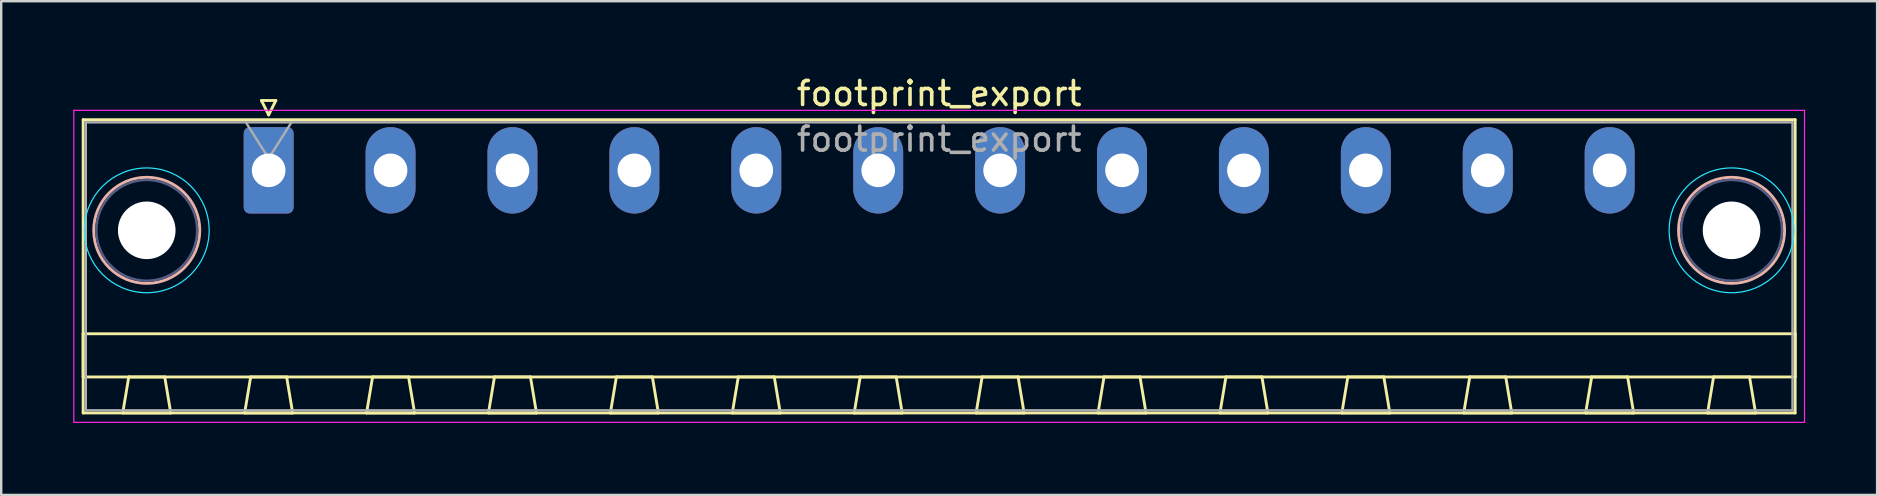
<source format=kicad_pcb>
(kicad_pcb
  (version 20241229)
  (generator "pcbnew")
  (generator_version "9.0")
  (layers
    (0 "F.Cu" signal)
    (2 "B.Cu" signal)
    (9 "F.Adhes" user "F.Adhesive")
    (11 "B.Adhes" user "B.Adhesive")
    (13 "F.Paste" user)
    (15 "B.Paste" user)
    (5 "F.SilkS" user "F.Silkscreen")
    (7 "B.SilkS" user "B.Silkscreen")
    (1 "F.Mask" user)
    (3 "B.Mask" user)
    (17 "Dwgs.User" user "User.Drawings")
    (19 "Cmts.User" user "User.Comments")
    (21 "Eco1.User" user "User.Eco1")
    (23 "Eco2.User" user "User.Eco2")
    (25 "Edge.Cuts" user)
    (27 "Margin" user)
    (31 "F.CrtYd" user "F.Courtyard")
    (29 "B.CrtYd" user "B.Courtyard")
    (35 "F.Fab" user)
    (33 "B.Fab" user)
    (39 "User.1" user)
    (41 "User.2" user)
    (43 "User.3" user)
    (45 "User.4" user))
  (footprint "footprint_export"
    (layer "F.Cu")
    (at 8.145 4.048)
    (property "Reference" "footprint_export" (at 27.94 -3.2 0) (layer "F.SilkS") (effects (font (size 1 1) (thickness 0.15))))
    (attr through_hole)
    (fp_line (start -7.73 -2.11) (end -7.73 10.11) (stroke (width 0.12) (type solid)) (layer "F.SilkS"))
    (fp_line (start -7.73 6.81) (end 63.61 6.81) (stroke (width 0.12) (type solid)) (layer "F.SilkS"))
    (fp_line (start -7.73 8.61) (end -7.73 6.81) (stroke (width 0.12) (type solid)) (layer "F.SilkS"))
    (fp_line (start -7.73 10.11) (end 63.61 10.11) (stroke (width 0.12) (type solid)) (layer "F.SilkS"))
    (fp_line (start -6.08 10.11) (end -4.08 10.11) (stroke (width 0.12) (type solid)) (layer "F.SilkS"))
    (fp_line (start -5.83 8.61) (end -6.08 10.11) (stroke (width 0.12) (type solid)) (layer "F.SilkS"))
    (fp_line (start -4.33 8.61) (end -5.83 8.61) (stroke (width 0.12) (type solid)) (layer "F.SilkS"))
    (fp_line (start -4.08 10.11) (end -4.33 8.61) (stroke (width 0.12) (type solid)) (layer "F.SilkS"))
    (fp_line (start -1 10.11) (end 1 10.11) (stroke (width 0.12) (type solid)) (layer "F.SilkS"))
    (fp_line (start -0.75 8.61) (end -1 10.11) (stroke (width 0.12) (type solid)) (layer "F.SilkS"))
    (fp_line (start -0.3 -2.91) (end 0.3 -2.91) (stroke (width 0.12) (type solid)) (layer "F.SilkS"))
    (fp_line (start 0 -2.31) (end -0.3 -2.91) (stroke (width 0.12) (type solid)) (layer "F.SilkS"))
    (fp_line (start 0.3 -2.91) (end 0 -2.31) (stroke (width 0.12) (type solid)) (layer "F.SilkS"))
    (fp_line (start 0.75 8.61) (end -0.75 8.61) (stroke (width 0.12) (type solid)) (layer "F.SilkS"))
    (fp_line (start 1 10.11) (end 0.75 8.61) (stroke (width 0.12) (type solid)) (layer "F.SilkS"))
    (fp_line (start 4.08 10.11) (end 6.08 10.11) (stroke (width 0.12) (type solid)) (layer "F.SilkS"))
    (fp_line (start 4.33 8.61) (end 4.08 10.11) (stroke (width 0.12) (type solid)) (layer "F.SilkS"))
    (fp_line (start 5.83 8.61) (end 4.33 8.61) (stroke (width 0.12) (type solid)) (layer "F.SilkS"))
    (fp_line (start 6.08 10.11) (end 5.83 8.61) (stroke (width 0.12) (type solid)) (layer "F.SilkS"))
    (fp_line (start 9.16 10.11) (end 11.16 10.11) (stroke (width 0.12) (type solid)) (layer "F.SilkS"))
    (fp_line (start 9.41 8.61) (end 9.16 10.11) (stroke (width 0.12) (type solid)) (layer "F.SilkS"))
    (fp_line (start 10.91 8.61) (end 9.41 8.61) (stroke (width 0.12) (type solid)) (layer "F.SilkS"))
    (fp_line (start 11.16 10.11) (end 10.91 8.61) (stroke (width 0.12) (type solid)) (layer "F.SilkS"))
    (fp_line (start 14.24 10.11) (end 16.24 10.11) (stroke (width 0.12) (type solid)) (layer "F.SilkS"))
    (fp_line (start 14.49 8.61) (end 14.24 10.11) (stroke (width 0.12) (type solid)) (layer "F.SilkS"))
    (fp_line (start 15.99 8.61) (end 14.49 8.61) (stroke (width 0.12) (type solid)) (layer "F.SilkS"))
    (fp_line (start 16.24 10.11) (end 15.99 8.61) (stroke (width 0.12) (type solid)) (layer "F.SilkS"))
    (fp_line (start 19.32 10.11) (end 21.32 10.11) (stroke (width 0.12) (type solid)) (layer "F.SilkS"))
    (fp_line (start 19.57 8.61) (end 19.32 10.11) (stroke (width 0.12) (type solid)) (layer "F.SilkS"))
    (fp_line (start 21.07 8.61) (end 19.57 8.61) (stroke (width 0.12) (type solid)) (layer "F.SilkS"))
    (fp_line (start 21.32 10.11) (end 21.07 8.61) (stroke (width 0.12) (type solid)) (layer "F.SilkS"))
    (fp_line (start 24.4 10.11) (end 26.4 10.11) (stroke (width 0.12) (type solid)) (layer "F.SilkS"))
    (fp_line (start 24.65 8.61) (end 24.4 10.11) (stroke (width 0.12) (type solid)) (layer "F.SilkS"))
    (fp_line (start 26.15 8.61) (end 24.65 8.61) (stroke (width 0.12) (type solid)) (layer "F.SilkS"))
    (fp_line (start 26.4 10.11) (end 26.15 8.61) (stroke (width 0.12) (type solid)) (layer "F.SilkS"))
    (fp_line (start 29.48 10.11) (end 31.48 10.11) (stroke (width 0.12) (type solid)) (layer "F.SilkS"))
    (fp_line (start 29.73 8.61) (end 29.48 10.11) (stroke (width 0.12) (type solid)) (layer "F.SilkS"))
    (fp_line (start 31.23 8.61) (end 29.73 8.61) (stroke (width 0.12) (type solid)) (layer "F.SilkS"))
    (fp_line (start 31.48 10.11) (end 31.23 8.61) (stroke (width 0.12) (type solid)) (layer "F.SilkS"))
    (fp_line (start 34.56 10.11) (end 36.56 10.11) (stroke (width 0.12) (type solid)) (layer "F.SilkS"))
    (fp_line (start 34.81 8.61) (end 34.56 10.11) (stroke (width 0.12) (type solid)) (layer "F.SilkS"))
    (fp_line (start 36.31 8.61) (end 34.81 8.61) (stroke (width 0.12) (type solid)) (layer "F.SilkS"))
    (fp_line (start 36.56 10.11) (end 36.31 8.61) (stroke (width 0.12) (type solid)) (layer "F.SilkS"))
    (fp_line (start 39.64 10.11) (end 41.64 10.11) (stroke (width 0.12) (type solid)) (layer "F.SilkS"))
    (fp_line (start 39.89 8.61) (end 39.64 10.11) (stroke (width 0.12) (type solid)) (layer "F.SilkS"))
    (fp_line (start 41.39 8.61) (end 39.89 8.61) (stroke (width 0.12) (type solid)) (layer "F.SilkS"))
    (fp_line (start 41.64 10.11) (end 41.39 8.61) (stroke (width 0.12) (type solid)) (layer "F.SilkS"))
    (fp_line (start 44.72 10.11) (end 46.72 10.11) (stroke (width 0.12) (type solid)) (layer "F.SilkS"))
    (fp_line (start 44.97 8.61) (end 44.72 10.11) (stroke (width 0.12) (type solid)) (layer "F.SilkS"))
    (fp_line (start 46.47 8.61) (end 44.97 8.61) (stroke (width 0.12) (type solid)) (layer "F.SilkS"))
    (fp_line (start 46.72 10.11) (end 46.47 8.61) (stroke (width 0.12) (type solid)) (layer "F.SilkS"))
    (fp_line (start 49.8 10.11) (end 51.8 10.11) (stroke (width 0.12) (type solid)) (layer "F.SilkS"))
    (fp_line (start 50.05 8.61) (end 49.8 10.11) (stroke (width 0.12) (type solid)) (layer "F.SilkS"))
    (fp_line (start 51.55 8.61) (end 50.05 8.61) (stroke (width 0.12) (type solid)) (layer "F.SilkS"))
    (fp_line (start 51.8 10.11) (end 51.55 8.61) (stroke (width 0.12) (type solid)) (layer "F.SilkS"))
    (fp_line (start 54.88 10.11) (end 56.88 10.11) (stroke (width 0.12) (type solid)) (layer "F.SilkS"))
    (fp_line (start 55.13 8.61) (end 54.88 10.11) (stroke (width 0.12) (type solid)) (layer "F.SilkS"))
    (fp_line (start 56.63 8.61) (end 55.13 8.61) (stroke (width 0.12) (type solid)) (layer "F.SilkS"))
    (fp_line (start 56.88 10.11) (end 56.63 8.61) (stroke (width 0.12) (type solid)) (layer "F.SilkS"))
    (fp_line (start 59.96 10.11) (end 61.96 10.11) (stroke (width 0.12) (type solid)) (layer "F.SilkS"))
    (fp_line (start 60.21 8.61) (end 59.96 10.11) (stroke (width 0.12) (type solid)) (layer "F.SilkS"))
    (fp_line (start 61.71 8.61) (end 60.21 8.61) (stroke (width 0.12) (type solid)) (layer "F.SilkS"))
    (fp_line (start 61.96 10.11) (end 61.71 8.61) (stroke (width 0.12) (type solid)) (layer "F.SilkS"))
    (fp_line (start 63.61 -2.11) (end -7.73 -2.11) (stroke (width 0.12) (type solid)) (layer "F.SilkS"))
    (fp_line (start 63.61 6.81) (end 63.61 8.61) (stroke (width 0.12) (type solid)) (layer "F.SilkS"))
    (fp_line (start 63.61 8.61) (end -7.73 8.61) (stroke (width 0.12) (type solid)) (layer "F.SilkS"))
    (fp_line (start 63.61 10.11) (end 63.61 -2.11) (stroke (width 0.12) (type solid)) (layer "F.SilkS"))
    (fp_circle (center -5.08 2.5) (end -2.87 2.5) (stroke (width 0.12) (type solid)) (fill no) (layer "B.SilkS"))
    (fp_circle (center 60.96 2.5) (end 63.17 2.5) (stroke (width 0.12) (type solid)) (fill no) (layer "B.SilkS"))
    (fp_circle (center -5.08 2.5) (end -2.48 2.5) (stroke (width 0.05) (type solid)) (fill no) (layer "B.CrtYd"))
    (fp_circle (center 60.96 2.5) (end 63.56 2.5) (stroke (width 0.05) (type solid)) (fill no) (layer "B.CrtYd"))
    (fp_line (start -8.12 -2.5) (end -8.12 10.5) (stroke (width 0.05) (type solid)) (layer "F.CrtYd"))
    (fp_line (start -8.12 10.5) (end 64 10.5) (stroke (width 0.05) (type solid)) (layer "F.CrtYd"))
    (fp_line (start 64 -2.5) (end -8.12 -2.5) (stroke (width 0.05) (type solid)) (layer "F.CrtYd"))
    (fp_line (start 64 10.5) (end 64 -2.5) (stroke (width 0.05) (type solid)) (layer "F.CrtYd"))
    (fp_circle (center -5.08 2.5) (end -2.98 2.5) (stroke (width 0.1) (type solid)) (fill no) (layer "B.Fab"))
    (fp_circle (center 60.96 2.5) (end 63.06 2.5) (stroke (width 0.1) (type solid)) (fill no) (layer "B.Fab"))
    (fp_line (start -7.62 -2) (end -7.62 10) (stroke (width 0.1) (type solid)) (layer "F.Fab"))
    (fp_line (start -7.62 10) (end 63.5 10) (stroke (width 0.1) (type solid)) (layer "F.Fab"))
    (fp_line (start 0 -0.5) (end -0.95 -2) (stroke (width 0.1) (type solid)) (layer "F.Fab"))
    (fp_line (start 0.95 -2) (end 0 -0.5) (stroke (width 0.1) (type solid)) (layer "F.Fab"))
    (fp_line (start 63.5 -2) (end -7.62 -2) (stroke (width 0.1) (type solid)) (layer "F.Fab"))
    (fp_line (start 63.5 10) (end 63.5 -2) (stroke (width 0.1) (type solid)) (layer "F.Fab"))
    (fp_text user "${REFERENCE}" (at 27.94 -1.3 0) (layer "F.Fab") (effects (font (size 1 1) (thickness 0.15))))
    (pad "" np_thru_hole circle (at -5.08 2.5) (size 2.4 2.4) (drill 2.4) (layers "*.Cu" "*.Mask"))
    (pad "" np_thru_hole circle (at 60.96 2.5) (size 2.4 2.4) (drill 2.4) (layers "*.Cu" "*.Mask"))
    (pad "1" thru_hole roundrect (at 0 0) (size 2.08 3.6) (drill 1.4) (layers "*.Cu" "*.Mask") (roundrect_rratio 0.12))
    (pad "2" thru_hole oval (at 5.08 0) (size 2.08 3.6) (drill 1.4) (layers "*.Cu" "*.Mask"))
    (pad "3" thru_hole oval (at 10.16 0) (size 2.08 3.6) (drill 1.4) (layers "*.Cu" "*.Mask"))
    (pad "4" thru_hole oval (at 15.24 0) (size 2.08 3.6) (drill 1.4) (layers "*.Cu" "*.Mask"))
    (pad "5" thru_hole oval (at 20.32 0) (size 2.08 3.6) (drill 1.4) (layers "*.Cu" "*.Mask"))
    (pad "6" thru_hole oval (at 25.4 0) (size 2.08 3.6) (drill 1.4) (layers "*.Cu" "*.Mask"))
    (pad "7" thru_hole oval (at 30.48 0) (size 2.08 3.6) (drill 1.4) (layers "*.Cu" "*.Mask"))
    (pad "8" thru_hole oval (at 35.56 0) (size 2.08 3.6) (drill 1.4) (layers "*.Cu" "*.Mask"))
    (pad "9" thru_hole oval (at 40.64 0) (size 2.08 3.6) (drill 1.4) (layers "*.Cu" "*.Mask"))
    (pad "10" thru_hole oval (at 45.72 0) (size 2.08 3.6) (drill 1.4) (layers "*.Cu" "*.Mask"))
    (pad "11" thru_hole oval (at 50.8 0) (size 2.08 3.6) (drill 1.4) (layers "*.Cu" "*.Mask"))
    (pad "12" thru_hole oval (at 55.88 0) (size 2.08 3.6) (drill 1.4) (layers "*.Cu" "*.Mask")))
  (gr_rect
    (start -3 -3)
    (end 75.17 17.573)
    (stroke (width 0.1) (type default))
    (fill no)
    (layer "Edge.Cuts")))
</source>
